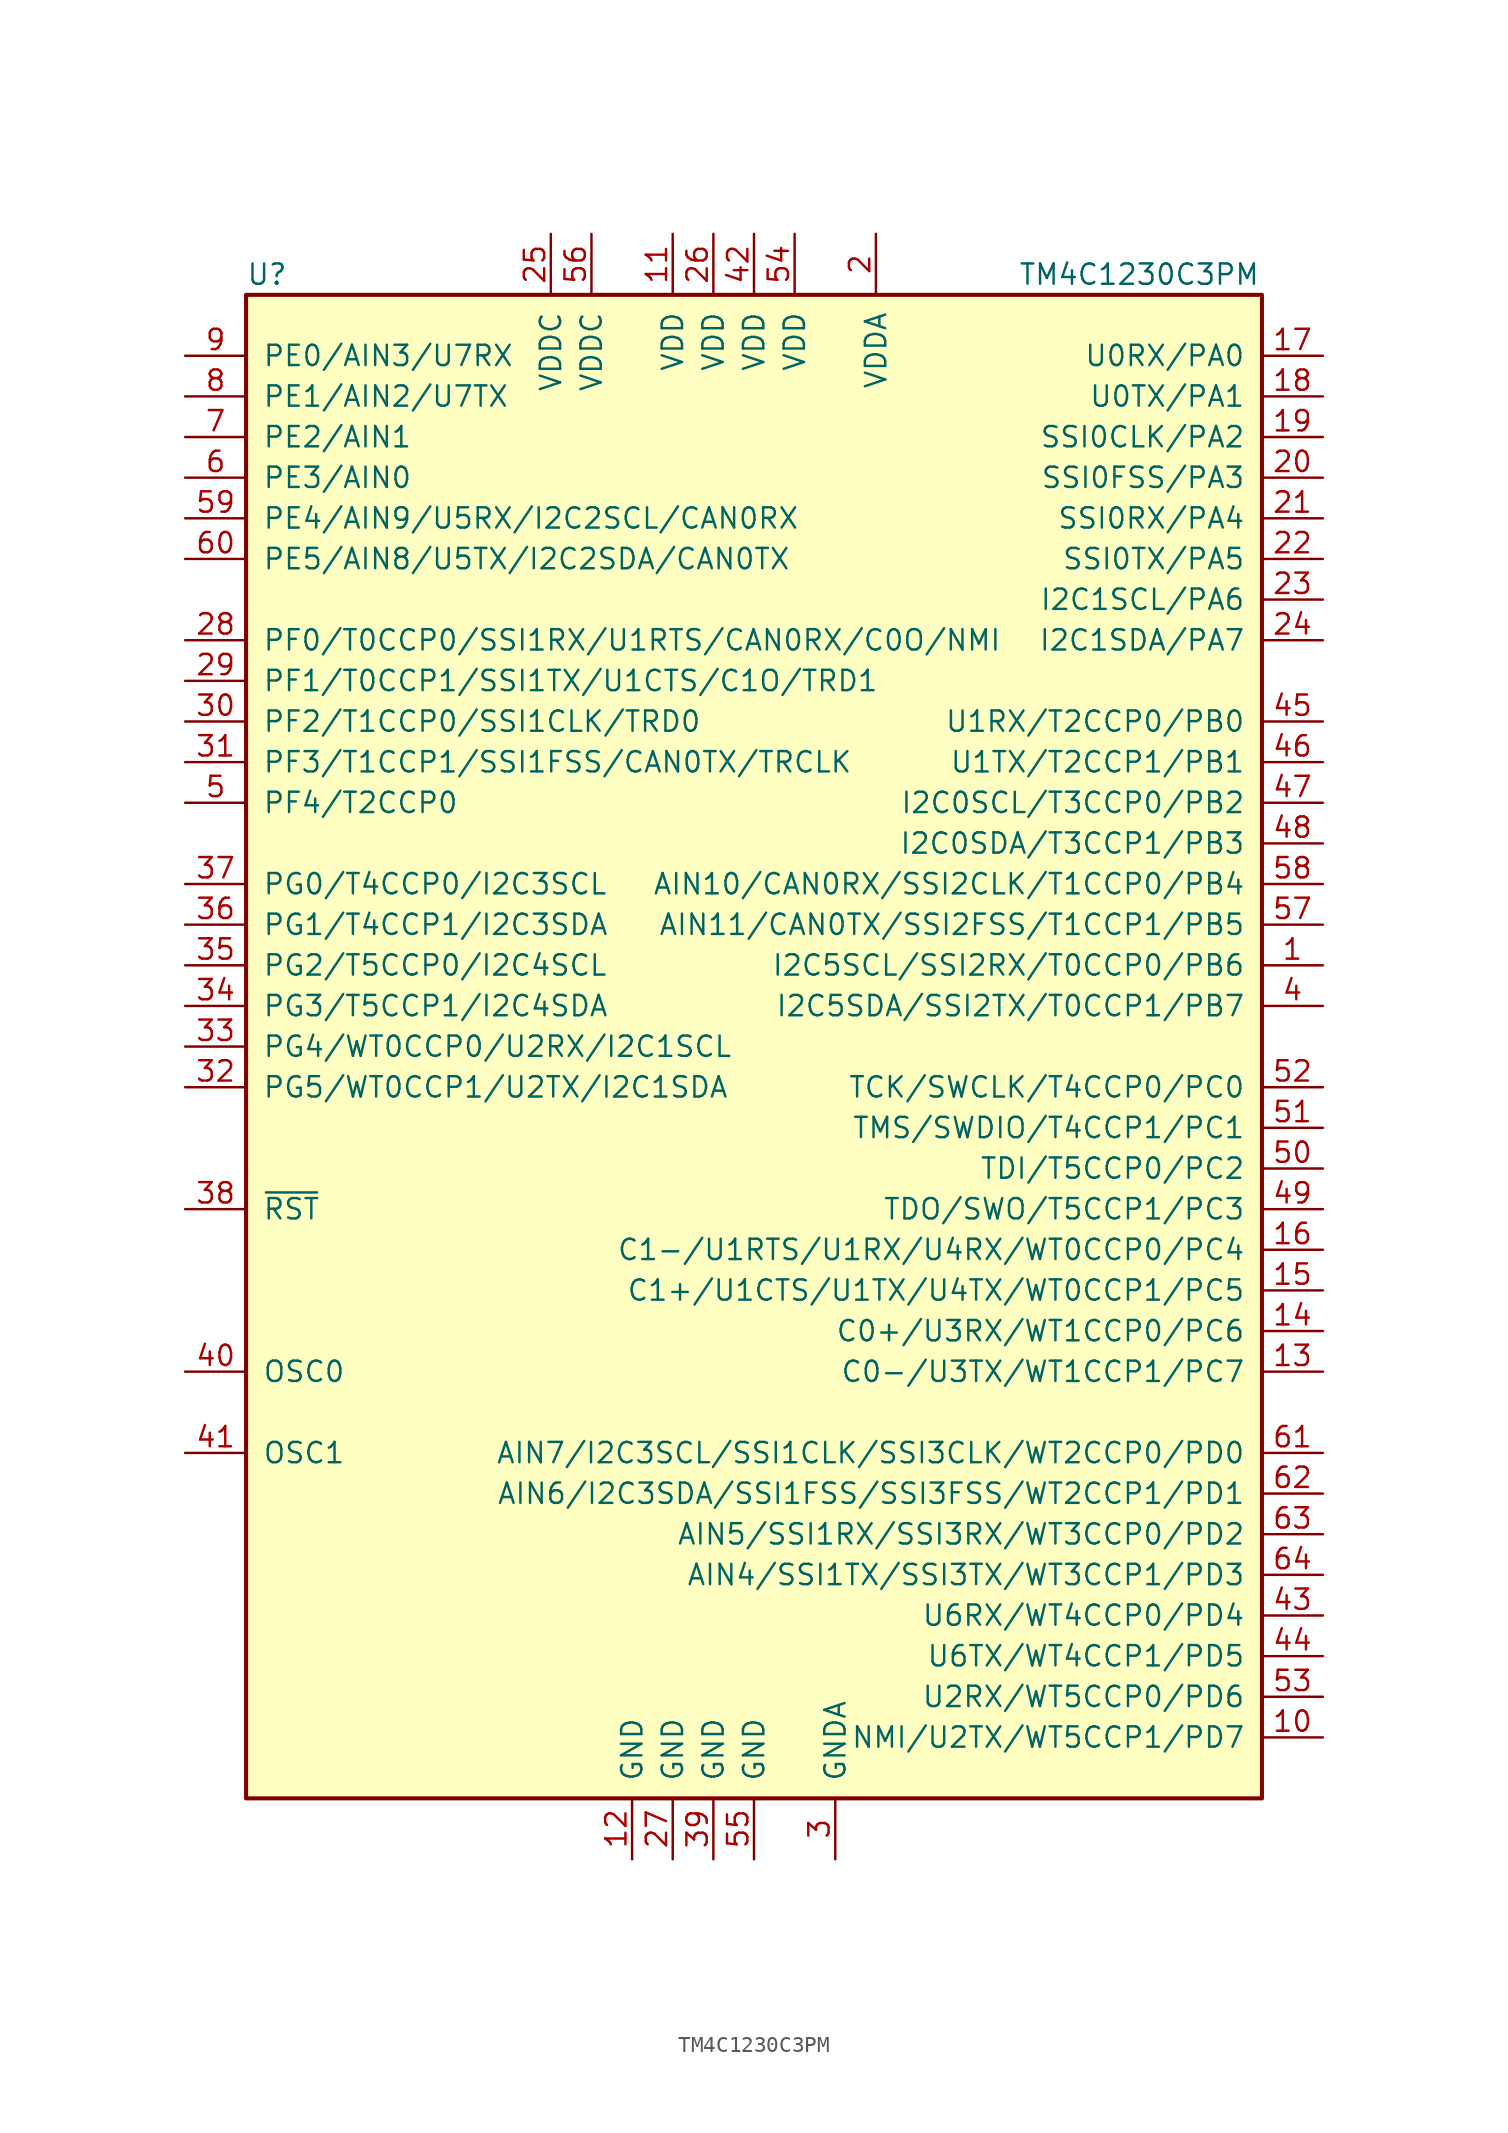
<source format=kicad_sym>
(kicad_symbol_lib
  (version 20201005)
  (generator kicad_symbol_editor)
  (symbol "MCU_Texas:TM4C1230C3PM"
    (pin_names
      (offset 1.016))
    (property "Reference" "U"
      (at -31.75 48.26 0)
      (effects (font (size 1.27 1.27)) (justify left)))
    (property "Value" "TM4C1230C3PM"
      (at 16.51 48.26 0)
      (effects (font (size 1.27 1.27)) (justify left)))
    (symbol "TM4C1230C3PM_0_1"
      (rectangle (start -31.75 46.99) (end 31.75 -46.99) (stroke (width 0.254)) (fill (type background))))
    (symbol "TM4C1230C3PM_1_1"
      (pin bidirectional line (at 35.56 5.08 180) (length 3.81) (name "I2C5SCL/SSI2RX/T0CCP0/PB6" (effects (font (size 1.27 1.27)))) (number "1" (effects (font (size 1.27 1.27)))))
      (pin power_in line (at 7.62 50.8 270) (length 3.81) (name "VDDA" (effects (font (size 1.27 1.27)))) (number "2" (effects (font (size 1.27 1.27)))))
      (pin power_in line (at 5.08 -50.8 90) (length 3.81) (name "GNDA" (effects (font (size 1.27 1.27)))) (number "3" (effects (font (size 1.27 1.27)))))
      (pin bidirectional line (at 35.56 2.54 180) (length 3.81) (name "I2C5SDA/SSI2TX/T0CCP1/PB7" (effects (font (size 1.27 1.27)))) (number "4" (effects (font (size 1.27 1.27)))))
      (pin bidirectional line (at -35.56 15.24 0) (length 3.81) (name "PF4/T2CCP0" (effects (font (size 1.27 1.27)))) (number "5" (effects (font (size 1.27 1.27)))))
      (pin bidirectional line (at -35.56 35.56 0) (length 3.81) (name "PE3/AIN0" (effects (font (size 1.27 1.27)))) (number "6" (effects (font (size 1.27 1.27)))))
      (pin bidirectional line (at -35.56 38.1 0) (length 3.81) (name "PE2/AIN1" (effects (font (size 1.27 1.27)))) (number "7" (effects (font (size 1.27 1.27)))))
      (pin bidirectional line (at -35.56 40.64 0) (length 3.81) (name "PE1/AIN2/U7TX" (effects (font (size 1.27 1.27)))) (number "8" (effects (font (size 1.27 1.27)))))
      (pin bidirectional line (at -35.56 43.18 0) (length 3.81) (name "PE0/AIN3/U7RX" (effects (font (size 1.27 1.27)))) (number "9" (effects (font (size 1.27 1.27)))))
      (pin bidirectional line (at 35.56 -43.18 180) (length 3.81) (name "NMI/U2TX/WT5CCP1/PD7" (effects (font (size 1.27 1.27)))) (number "10" (effects (font (size 1.27 1.27)))))
      (pin bidirectional line (at 35.56 35.56 180) (length 3.81) (name "SSI0FSS/PA3" (effects (font (size 1.27 1.27)))) (number "20" (effects (font (size 1.27 1.27)))))
      (pin bidirectional line (at -35.56 20.32 0) (length 3.81) (name "PF2/T1CCP0/SSI1CLK/TRD0" (effects (font (size 1.27 1.27)))) (number "30" (effects (font (size 1.27 1.27)))))
      (pin passive line (at -35.56 -20.32 0) (length 3.81) (name "OSC0" (effects (font (size 1.27 1.27)))) (number "40" (effects (font (size 1.27 1.27)))))
      (pin bidirectional line (at 35.56 -7.62 180) (length 3.81) (name "TDI/T5CCP0/PC2" (effects (font (size 1.27 1.27)))) (number "50" (effects (font (size 1.27 1.27)))))
      (pin bidirectional line (at -35.56 30.48 0) (length 3.81) (name "PE5/AIN8/U5TX/I2C2SDA/CAN0TX" (effects (font (size 1.27 1.27)))) (number "60" (effects (font (size 1.27 1.27)))))
      (pin power_in line (at -5.08 50.8 270) (length 3.81) (name "VDD" (effects (font (size 1.27 1.27)))) (number "11" (effects (font (size 1.27 1.27)))))
      (pin bidirectional line (at 35.56 33.02 180) (length 3.81) (name "SSI0RX/PA4" (effects (font (size 1.27 1.27)))) (number "21" (effects (font (size 1.27 1.27)))))
      (pin bidirectional line (at -35.56 17.78 0) (length 3.81) (name "PF3/T1CCP1/SSI1FSS/CAN0TX/TRCLK" (effects (font (size 1.27 1.27)))) (number "31" (effects (font (size 1.27 1.27)))))
      (pin passive line (at -35.56 -25.4 0) (length 3.81) (name "OSC1" (effects (font (size 1.27 1.27)))) (number "41" (effects (font (size 1.27 1.27)))))
      (pin bidirectional line (at 35.56 -5.08 180) (length 3.81) (name "TMS/SWDIO/T4CCP1/PC1" (effects (font (size 1.27 1.27)))) (number "51" (effects (font (size 1.27 1.27)))))
      (pin bidirectional line (at 35.56 -25.4 180) (length 3.81) (name "AIN7/I2C3SCL/SSI1CLK/SSI3CLK/WT2CCP0/PD0" (effects (font (size 1.27 1.27)))) (number "61" (effects (font (size 1.27 1.27)))))
      (pin power_in line (at -7.62 -50.8 90) (length 3.81) (name "GND" (effects (font (size 1.27 1.27)))) (number "12" (effects (font (size 1.27 1.27)))))
      (pin bidirectional line (at 35.56 30.48 180) (length 3.81) (name "SSI0TX/PA5" (effects (font (size 1.27 1.27)))) (number "22" (effects (font (size 1.27 1.27)))))
      (pin bidirectional line (at -35.56 -2.54 0) (length 3.81) (name "PG5/WT0CCP1/U2TX/I2C1SDA" (effects (font (size 1.27 1.27)))) (number "32" (effects (font (size 1.27 1.27)))))
      (pin power_in line (at 0 50.8 270) (length 3.81) (name "VDD" (effects (font (size 1.27 1.27)))) (number "42" (effects (font (size 1.27 1.27)))))
      (pin bidirectional line (at 35.56 -2.54 180) (length 3.81) (name "TCK/SWCLK/T4CCP0/PC0" (effects (font (size 1.27 1.27)))) (number "52" (effects (font (size 1.27 1.27)))))
      (pin bidirectional line (at 35.56 -27.94 180) (length 3.81) (name "AIN6/I2C3SDA/SSI1FSS/SSI3FSS/WT2CCP1/PD1" (effects (font (size 1.27 1.27)))) (number "62" (effects (font (size 1.27 1.27)))))
      (pin bidirectional line (at 35.56 -20.32 180) (length 3.81) (name "C0-/U3TX/WT1CCP1/PC7" (effects (font (size 1.27 1.27)))) (number "13" (effects (font (size 1.27 1.27)))))
      (pin bidirectional line (at 35.56 27.94 180) (length 3.81) (name "I2C1SCL/PA6" (effects (font (size 1.27 1.27)))) (number "23" (effects (font (size 1.27 1.27)))))
      (pin bidirectional line (at -35.56 0 0) (length 3.81) (name "PG4/WT0CCP0/U2RX/I2C1SCL" (effects (font (size 1.27 1.27)))) (number "33" (effects (font (size 1.27 1.27)))))
      (pin bidirectional line (at 35.56 -35.56 180) (length 3.81) (name "U6RX/WT4CCP0/PD4" (effects (font (size 1.27 1.27)))) (number "43" (effects (font (size 1.27 1.27)))))
      (pin bidirectional line (at 35.56 -40.64 180) (length 3.81) (name "U2RX/WT5CCP0/PD6" (effects (font (size 1.27 1.27)))) (number "53" (effects (font (size 1.27 1.27)))))
      (pin bidirectional line (at 35.56 -30.48 180) (length 3.81) (name "AIN5/SSI1RX/SSI3RX/WT3CCP0/PD2" (effects (font (size 1.27 1.27)))) (number "63" (effects (font (size 1.27 1.27)))))
      (pin bidirectional line (at 35.56 -17.78 180) (length 3.81) (name "C0+/U3RX/WT1CCP0/PC6" (effects (font (size 1.27 1.27)))) (number "14" (effects (font (size 1.27 1.27)))))
      (pin bidirectional line (at 35.56 25.4 180) (length 3.81) (name "I2C1SDA/PA7" (effects (font (size 1.27 1.27)))) (number "24" (effects (font (size 1.27 1.27)))))
      (pin bidirectional line (at -35.56 2.54 0) (length 3.81) (name "PG3/T5CCP1/I2C4SDA" (effects (font (size 1.27 1.27)))) (number "34" (effects (font (size 1.27 1.27)))))
      (pin bidirectional line (at 35.56 -38.1 180) (length 3.81) (name "U6TX/WT4CCP1/PD5" (effects (font (size 1.27 1.27)))) (number "44" (effects (font (size 1.27 1.27)))))
      (pin power_in line (at 2.54 50.8 270) (length 3.81) (name "VDD" (effects (font (size 1.27 1.27)))) (number "54" (effects (font (size 1.27 1.27)))))
      (pin bidirectional line (at 35.56 -33.02 180) (length 3.81) (name "AIN4/SSI1TX/SSI3TX/WT3CCP1/PD3" (effects (font (size 1.27 1.27)))) (number "64" (effects (font (size 1.27 1.27)))))
      (pin bidirectional line (at 35.56 -15.24 180) (length 3.81) (name "C1+/U1CTS/U1TX/U4TX/WT0CCP1/PC5" (effects (font (size 1.27 1.27)))) (number "15" (effects (font (size 1.27 1.27)))))
      (pin power_in line (at -12.7 50.8 270) (length 3.81) (name "VDDC" (effects (font (size 1.27 1.27)))) (number "25" (effects (font (size 1.27 1.27)))))
      (pin bidirectional line (at -35.56 5.08 0) (length 3.81) (name "PG2/T5CCP0/I2C4SCL" (effects (font (size 1.27 1.27)))) (number "35" (effects (font (size 1.27 1.27)))))
      (pin bidirectional line (at 35.56 20.32 180) (length 3.81) (name "U1RX/T2CCP0/PB0" (effects (font (size 1.27 1.27)))) (number "45" (effects (font (size 1.27 1.27)))))
      (pin power_in line (at 0 -50.8 90) (length 3.81) (name "GND" (effects (font (size 1.27 1.27)))) (number "55" (effects (font (size 1.27 1.27)))))
      (pin bidirectional line (at 35.56 -12.7 180) (length 3.81) (name "C1-/U1RTS/U1RX/U4RX/WT0CCP0/PC4" (effects (font (size 1.27 1.27)))) (number "16" (effects (font (size 1.27 1.27)))))
      (pin power_in line (at -2.54 50.8 270) (length 3.81) (name "VDD" (effects (font (size 1.27 1.27)))) (number "26" (effects (font (size 1.27 1.27)))))
      (pin bidirectional line (at -35.56 7.62 0) (length 3.81) (name "PG1/T4CCP1/I2C3SDA" (effects (font (size 1.27 1.27)))) (number "36" (effects (font (size 1.27 1.27)))))
      (pin bidirectional line (at 35.56 17.78 180) (length 3.81) (name "U1TX/T2CCP1/PB1" (effects (font (size 1.27 1.27)))) (number "46" (effects (font (size 1.27 1.27)))))
      (pin power_in line (at -10.16 50.8 270) (length 3.81) (name "VDDC" (effects (font (size 1.27 1.27)))) (number "56" (effects (font (size 1.27 1.27)))))
      (pin bidirectional line (at 35.56 43.18 180) (length 3.81) (name "U0RX/PA0" (effects (font (size 1.27 1.27)))) (number "17" (effects (font (size 1.27 1.27)))))
      (pin power_in line (at -5.08 -50.8 90) (length 3.81) (name "GND" (effects (font (size 1.27 1.27)))) (number "27" (effects (font (size 1.27 1.27)))))
      (pin bidirectional line (at -35.56 10.16 0) (length 3.81) (name "PG0/T4CCP0/I2C3SCL" (effects (font (size 1.27 1.27)))) (number "37" (effects (font (size 1.27 1.27)))))
      (pin bidirectional line (at 35.56 15.24 180) (length 3.81) (name "I2C0SCL/T3CCP0/PB2" (effects (font (size 1.27 1.27)))) (number "47" (effects (font (size 1.27 1.27)))))
      (pin bidirectional line (at 35.56 7.62 180) (length 3.81) (name "AIN11/CAN0TX/SSI2FSS/T1CCP1/PB5" (effects (font (size 1.27 1.27)))) (number "57" (effects (font (size 1.27 1.27)))))
      (pin bidirectional line (at 35.56 40.64 180) (length 3.81) (name "U0TX/PA1" (effects (font (size 1.27 1.27)))) (number "18" (effects (font (size 1.27 1.27)))))
      (pin bidirectional line (at -35.56 25.4 0) (length 3.81) (name "PF0/T0CCP0/SSI1RX/U1RTS/CAN0RX/C0O/NMI" (effects (font (size 1.27 1.27)))) (number "28" (effects (font (size 1.27 1.27)))))
      (pin input line (at -35.56 -10.16 0) (length 3.81) (name "~RST~" (effects (font (size 1.27 1.27)))) (number "38" (effects (font (size 1.27 1.27)))))
      (pin bidirectional line (at 35.56 12.7 180) (length 3.81) (name "I2C0SDA/T3CCP1/PB3" (effects (font (size 1.27 1.27)))) (number "48" (effects (font (size 1.27 1.27)))))
      (pin bidirectional line (at 35.56 10.16 180) (length 3.81) (name "AIN10/CAN0RX/SSI2CLK/T1CCP0/PB4" (effects (font (size 1.27 1.27)))) (number "58" (effects (font (size 1.27 1.27)))))
      (pin bidirectional line (at 35.56 38.1 180) (length 3.81) (name "SSI0CLK/PA2" (effects (font (size 1.27 1.27)))) (number "19" (effects (font (size 1.27 1.27)))))
      (pin bidirectional line (at -35.56 22.86 0) (length 3.81) (name "PF1/T0CCP1/SSI1TX/U1CTS/C1O/TRD1" (effects (font (size 1.27 1.27)))) (number "29" (effects (font (size 1.27 1.27)))))
      (pin bidirectional line (at -2.54 -50.8 90) (length 3.81) (name "GND" (effects (font (size 1.27 1.27)))) (number "39" (effects (font (size 1.27 1.27)))))
      (pin bidirectional line (at 35.56 -10.16 180) (length 3.81) (name "TDO/SWO/T5CCP1/PC3" (effects (font (size 1.27 1.27)))) (number "49" (effects (font (size 1.27 1.27)))))
      (pin bidirectional line (at -35.56 33.02 0) (length 3.81) (name "PE4/AIN9/U5RX/I2C2SCL/CAN0RX" (effects (font (size 1.27 1.27)))) (number "59" (effects (font (size 1.27 1.27))))))))
</source>
